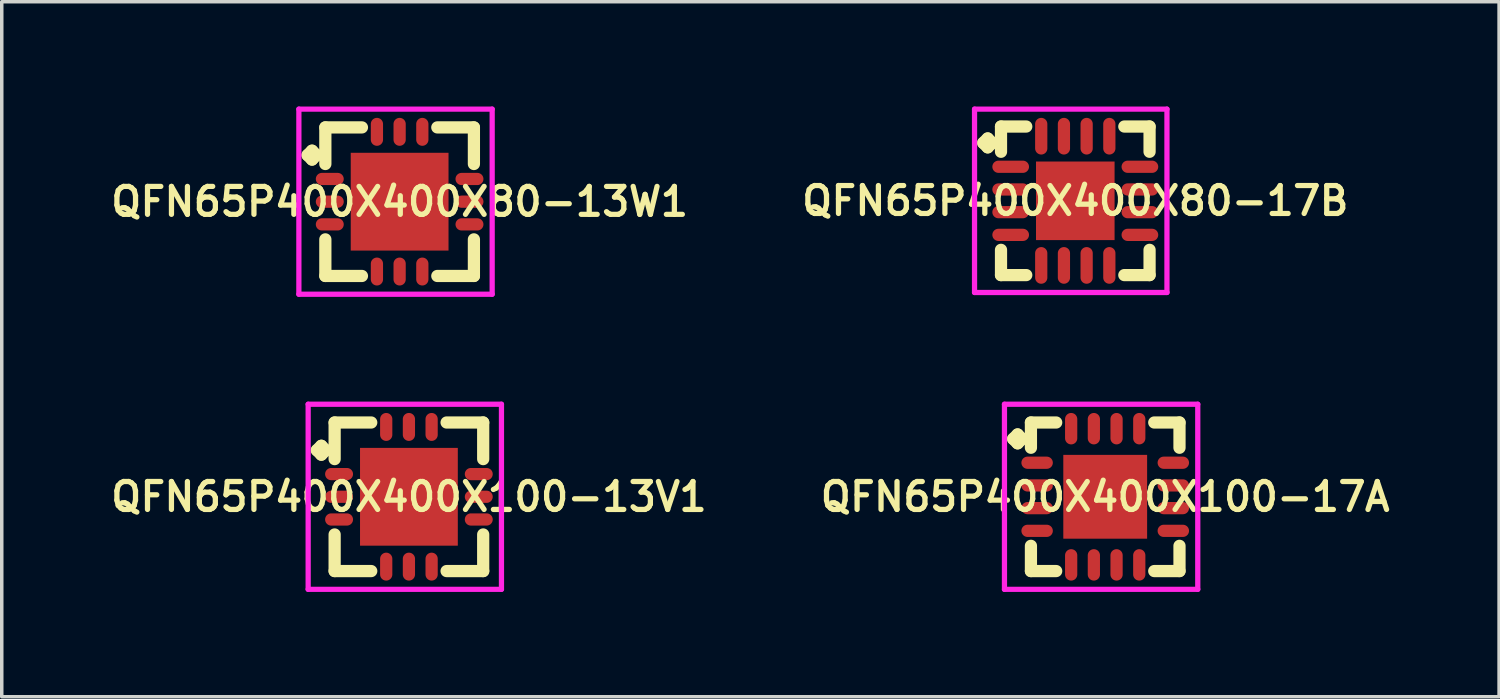
<source format=kicad_pcb>
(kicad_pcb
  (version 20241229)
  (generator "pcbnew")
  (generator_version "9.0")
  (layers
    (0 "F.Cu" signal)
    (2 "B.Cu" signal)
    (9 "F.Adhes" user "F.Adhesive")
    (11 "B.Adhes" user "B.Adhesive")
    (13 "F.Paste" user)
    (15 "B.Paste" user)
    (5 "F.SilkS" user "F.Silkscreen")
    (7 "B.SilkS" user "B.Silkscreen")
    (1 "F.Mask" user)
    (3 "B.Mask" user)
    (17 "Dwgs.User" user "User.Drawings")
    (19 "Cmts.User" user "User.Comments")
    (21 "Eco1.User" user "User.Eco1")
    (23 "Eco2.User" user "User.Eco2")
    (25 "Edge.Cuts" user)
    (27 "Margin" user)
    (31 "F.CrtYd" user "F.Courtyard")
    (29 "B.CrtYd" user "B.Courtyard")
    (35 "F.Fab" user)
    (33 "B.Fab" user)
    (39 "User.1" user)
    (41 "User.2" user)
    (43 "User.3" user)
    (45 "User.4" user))
  (footprint "QFN65P400X400X100-17A"
    (layer "F.Cu")
    (at 28.597 11.175)
    (property "Reference" "QFN65P400X400X100-17A" (at 0 0 0) (layer "F.SilkS") (effects (font (size 0.8 0.8) (thickness 0.15))))
    (attr smd)
    (fp_line (start -2.635 -1.658) (end -2.508 -1.785) (stroke (width 0.35) (type solid)) (layer "F.SilkS"))
    (fp_line (start -2.508 -1.785) (end -2.381 -1.658) (stroke (width 0.35) (type solid)) (layer "F.SilkS"))
    (fp_line (start -2.508 -1.531) (end -2.635 -1.658) (stroke (width 0.35) (type solid)) (layer "F.SilkS"))
    (fp_line (start -2.381 -1.658) (end -2.508 -1.531) (stroke (width 0.35) (type solid)) (layer "F.SilkS"))
    (fp_line (start -2.127 -2.127) (end -1.404 -2.127) (stroke (width 0.35) (type solid)) (layer "F.SilkS"))
    (fp_line (start -2.127 -1.404) (end -2.127 -2.127) (stroke (width 0.35) (type solid)) (layer "F.SilkS"))
    (fp_line (start -2.127 1.404) (end -2.127 2.127) (stroke (width 0.35) (type solid)) (layer "F.SilkS"))
    (fp_line (start -2.127 2.127) (end -1.404 2.127) (stroke (width 0.35) (type solid)) (layer "F.SilkS"))
    (fp_line (start 1.404 -2.127) (end 2.127 -2.127) (stroke (width 0.35) (type solid)) (layer "F.SilkS"))
    (fp_line (start 1.404 2.127) (end 2.127 2.127) (stroke (width 0.35) (type solid)) (layer "F.SilkS"))
    (fp_line (start 2.127 -2.127) (end 2.127 -1.404) (stroke (width 0.35) (type solid)) (layer "F.SilkS"))
    (fp_line (start 2.127 2.127) (end 2.127 1.404) (stroke (width 0.35) (type solid)) (layer "F.SilkS"))
    (fp_line (start -2.885 -2.65) (end 2.65 -2.65) (stroke (width 0.15) (type solid)) (layer "F.CrtYd"))
    (fp_line (start -2.885 2.65) (end -2.885 -2.65) (stroke (width 0.15) (type solid)) (layer "F.CrtYd"))
    (fp_line (start 2.65 -2.65) (end 2.65 2.65) (stroke (width 0.15) (type solid)) (layer "F.CrtYd"))
    (fp_line (start 2.65 2.65) (end -2.885 2.65) (stroke (width 0.15) (type solid)) (layer "F.CrtYd"))
    (pad "1" smd oval (at -1.95 -0.975) (size 0.9 0.35) (layers "F.Cu" "F.Mask" "F.Paste"))
    (pad "2" smd oval (at -1.95 -0.325) (size 0.9 0.35) (layers "F.Cu" "F.Mask" "F.Paste"))
    (pad "3" smd oval (at -1.95 0.325) (size 0.9 0.35) (layers "F.Cu" "F.Mask" "F.Paste"))
    (pad "4" smd oval (at -1.95 0.975) (size 0.9 0.35) (layers "F.Cu" "F.Mask" "F.Paste"))
    (pad "5" smd oval (at -0.975 1.95) (size 0.35 0.9) (layers "F.Cu" "F.Mask" "F.Paste"))
    (pad "6" smd oval (at -0.325 1.95) (size 0.35 0.9) (layers "F.Cu" "F.Mask" "F.Paste"))
    (pad "7" smd oval (at 0.325 1.95) (size 0.35 0.9) (layers "F.Cu" "F.Mask" "F.Paste"))
    (pad "8" smd oval (at 0.975 1.95) (size 0.35 0.9) (layers "F.Cu" "F.Mask" "F.Paste"))
    (pad "9" smd oval (at 1.95 0.975) (size 0.9 0.35) (layers "F.Cu" "F.Mask" "F.Paste"))
    (pad "10" smd oval (at 1.95 0.325) (size 0.9 0.35) (layers "F.Cu" "F.Mask" "F.Paste"))
    (pad "11" smd oval (at 1.95 -0.325) (size 0.9 0.35) (layers "F.Cu" "F.Mask" "F.Paste"))
    (pad "12" smd oval (at 1.95 -0.975) (size 0.9 0.35) (layers "F.Cu" "F.Mask" "F.Paste"))
    (pad "13" smd oval (at 0.975 -1.95) (size 0.35 0.9) (layers "F.Cu" "F.Mask" "F.Paste"))
    (pad "14" smd oval (at 0.325 -1.95) (size 0.35 0.9) (layers "F.Cu" "F.Mask" "F.Paste"))
    (pad "15" smd oval (at -0.325 -1.95) (size 0.35 0.9) (layers "F.Cu" "F.Mask" "F.Paste"))
    (pad "16" smd oval (at -0.975 -1.95) (size 0.35 0.9) (layers "F.Cu" "F.Mask" "F.Paste"))
    (pad "17" smd rect (at 0 0) (size 2.4 2.4) (layers "F.Cu" "F.Mask" "F.Paste")))
  (footprint "QFN65P400X400X80-13W1"
    (layer "F.Cu")
    (at 8.393 2.725)
    (property "Reference" "QFN65P400X400X80-13W1" (at 0 0 0) (layer "F.SilkS") (effects (font (size 0.8 0.8) (thickness 0.15))))
    (attr smd)
    (fp_line (start -2.635 -1.333) (end -2.508 -1.46) (stroke (width 0.35) (type solid)) (layer "F.SilkS"))
    (fp_line (start -2.508 -1.46) (end -2.381 -1.333) (stroke (width 0.35) (type solid)) (layer "F.SilkS"))
    (fp_line (start -2.508 -1.206) (end -2.635 -1.333) (stroke (width 0.35) (type solid)) (layer "F.SilkS"))
    (fp_line (start -2.381 -1.333) (end -2.508 -1.206) (stroke (width 0.35) (type solid)) (layer "F.SilkS"))
    (fp_line (start -2.127 -2.127) (end -1.079 -2.127) (stroke (width 0.35) (type solid)) (layer "F.SilkS"))
    (fp_line (start -2.127 -1.079) (end -2.127 -2.127) (stroke (width 0.35) (type solid)) (layer "F.SilkS"))
    (fp_line (start -2.127 1.079) (end -2.127 2.127) (stroke (width 0.35) (type solid)) (layer "F.SilkS"))
    (fp_line (start -2.127 2.127) (end -1.079 2.127) (stroke (width 0.35) (type solid)) (layer "F.SilkS"))
    (fp_line (start 1.079 -2.127) (end 2.127 -2.127) (stroke (width 0.35) (type solid)) (layer "F.SilkS"))
    (fp_line (start 1.079 2.127) (end 2.127 2.127) (stroke (width 0.35) (type solid)) (layer "F.SilkS"))
    (fp_line (start 2.127 -2.127) (end 2.127 -1.079) (stroke (width 0.35) (type solid)) (layer "F.SilkS"))
    (fp_line (start 2.127 2.127) (end 2.127 1.079) (stroke (width 0.35) (type solid)) (layer "F.SilkS"))
    (fp_line (start -2.885 -2.65) (end 2.65 -2.65) (stroke (width 0.15) (type solid)) (layer "F.CrtYd"))
    (fp_line (start -2.885 2.65) (end -2.885 -2.65) (stroke (width 0.15) (type solid)) (layer "F.CrtYd"))
    (fp_line (start 2.65 -2.65) (end 2.65 2.65) (stroke (width 0.15) (type solid)) (layer "F.CrtYd"))
    (fp_line (start 2.65 2.65) (end -2.885 2.65) (stroke (width 0.15) (type solid)) (layer "F.CrtYd"))
    (pad "1" smd oval (at -2 -0.65) (size 0.8 0.35) (layers "F.Cu" "F.Mask" "F.Paste"))
    (pad "2" smd oval (at -2 0) (size 0.8 0.35) (layers "F.Cu" "F.Mask" "F.Paste"))
    (pad "3" smd oval (at -2 0.65) (size 0.8 0.35) (layers "F.Cu" "F.Mask" "F.Paste"))
    (pad "4" smd oval (at -0.65 2) (size 0.35 0.8) (layers "F.Cu" "F.Mask" "F.Paste"))
    (pad "5" smd oval (at 0 2) (size 0.35 0.8) (layers "F.Cu" "F.Mask" "F.Paste"))
    (pad "6" smd oval (at 0.65 2) (size 0.35 0.8) (layers "F.Cu" "F.Mask" "F.Paste"))
    (pad "7" smd oval (at 2 0.65) (size 0.8 0.35) (layers "F.Cu" "F.Mask" "F.Paste"))
    (pad "8" smd oval (at 2 0) (size 0.8 0.35) (layers "F.Cu" "F.Mask" "F.Paste"))
    (pad "9" smd oval (at 2 -0.65) (size 0.8 0.35) (layers "F.Cu" "F.Mask" "F.Paste"))
    (pad "10" smd oval (at 0.65 -2) (size 0.35 0.8) (layers "F.Cu" "F.Mask" "F.Paste"))
    (pad "11" smd oval (at 0 -2) (size 0.35 0.8) (layers "F.Cu" "F.Mask" "F.Paste"))
    (pad "12" smd oval (at -0.65 -2) (size 0.35 0.8) (layers "F.Cu" "F.Mask" "F.Paste"))
    (pad "13" smd rect (at 0 0) (size 2.8 2.8) (layers "F.Cu" "F.Mask" "F.Paste")))
  (footprint "QFN65P400X400X100-13V1"
    (layer "F.Cu")
    (at 8.659 11.175)
    (property "Reference" "QFN65P400X400X100-13V1" (at 0 0 0) (layer "F.SilkS") (effects (font (size 0.8 0.8) (thickness 0.15))))
    (attr through_hole)
    (fp_line (start -2.635 -1.333) (end -2.508 -1.46) (stroke (width 0.35) (type solid)) (layer "F.SilkS"))
    (fp_line (start -2.508 -1.46) (end -2.381 -1.333) (stroke (width 0.35) (type solid)) (layer "F.SilkS"))
    (fp_line (start -2.508 -1.206) (end -2.635 -1.333) (stroke (width 0.35) (type solid)) (layer "F.SilkS"))
    (fp_line (start -2.381 -1.333) (end -2.508 -1.206) (stroke (width 0.35) (type solid)) (layer "F.SilkS"))
    (fp_line (start -2.127 -2.127) (end -1.079 -2.127) (stroke (width 0.35) (type solid)) (layer "F.SilkS"))
    (fp_line (start -2.127 -1.079) (end -2.127 -2.127) (stroke (width 0.35) (type solid)) (layer "F.SilkS"))
    (fp_line (start -2.127 1.079) (end -2.127 2.127) (stroke (width 0.35) (type solid)) (layer "F.SilkS"))
    (fp_line (start -2.127 2.127) (end -1.079 2.127) (stroke (width 0.35) (type solid)) (layer "F.SilkS"))
    (fp_line (start 1.079 -2.127) (end 2.127 -2.127) (stroke (width 0.35) (type solid)) (layer "F.SilkS"))
    (fp_line (start 1.079 2.127) (end 2.127 2.127) (stroke (width 0.35) (type solid)) (layer "F.SilkS"))
    (fp_line (start 2.127 -2.127) (end 2.127 -1.079) (stroke (width 0.35) (type solid)) (layer "F.SilkS"))
    (fp_line (start 2.127 2.127) (end 2.127 1.079) (stroke (width 0.35) (type solid)) (layer "F.SilkS"))
    (fp_line (start -2.885 -2.65) (end 2.65 -2.65) (stroke (width 0.15) (type solid)) (layer "F.CrtYd"))
    (fp_line (start -2.885 2.65) (end -2.885 -2.65) (stroke (width 0.15) (type solid)) (layer "F.CrtYd"))
    (fp_line (start 2.65 -2.65) (end 2.65 2.65) (stroke (width 0.15) (type solid)) (layer "F.CrtYd"))
    (fp_line (start 2.65 2.65) (end -2.885 2.65) (stroke (width 0.15) (type solid)) (layer "F.CrtYd"))
    (pad "1" smd oval (at -2 -0.65) (size 0.8 0.35) (layers "F.Cu" "F.Mask" "F.Paste"))
    (pad "2" smd oval (at -2 0) (size 0.8 0.35) (layers "F.Cu" "F.Mask" "F.Paste"))
    (pad "3" smd oval (at -2 0.65) (size 0.8 0.35) (layers "F.Cu" "F.Mask" "F.Paste"))
    (pad "4" smd oval (at -0.65 2) (size 0.35 0.8) (layers "F.Cu" "F.Mask" "F.Paste"))
    (pad "5" smd oval (at 0 2) (size 0.35 0.8) (layers "F.Cu" "F.Mask" "F.Paste"))
    (pad "6" smd oval (at 0.65 2) (size 0.35 0.8) (layers "F.Cu" "F.Mask" "F.Paste"))
    (pad "7" smd oval (at 2 0.65) (size 0.8 0.35) (layers "F.Cu" "F.Mask" "F.Paste"))
    (pad "8" smd oval (at 2 0) (size 0.8 0.35) (layers "F.Cu" "F.Mask" "F.Paste"))
    (pad "9" smd oval (at 2 -0.65) (size 0.8 0.35) (layers "F.Cu" "F.Mask" "F.Paste"))
    (pad "10" smd oval (at 0.65 -2) (size 0.35 0.8) (layers "F.Cu" "F.Mask" "F.Paste"))
    (pad "11" smd oval (at 0 -2) (size 0.35 0.8) (layers "F.Cu" "F.Mask" "F.Paste"))
    (pad "12" smd oval (at -0.65 -2) (size 0.35 0.8) (layers "F.Cu" "F.Mask" "F.Paste"))
    (pad "13" smd rect (at 0 0) (size 2.8 2.8) (layers "F.Cu" "F.Mask" "F.Paste")))
  (footprint "QFN65P400X400X80-17B"
    (layer "F.Cu")
    (at 27.74 2.7)
    (property "Reference" "QFN65P400X400X80-17B" (at 0 0 0) (layer "F.SilkS") (effects (font (size 0.8 0.8) (thickness 0.15))))
    (attr through_hole)
    (fp_line (start -2.635 -1.658) (end -2.508 -1.785) (stroke (width 0.35) (type solid)) (layer "F.SilkS"))
    (fp_line (start -2.508 -1.785) (end -2.381 -1.658) (stroke (width 0.35) (type solid)) (layer "F.SilkS"))
    (fp_line (start -2.508 -1.531) (end -2.635 -1.658) (stroke (width 0.35) (type solid)) (layer "F.SilkS"))
    (fp_line (start -2.381 -1.658) (end -2.508 -1.531) (stroke (width 0.35) (type solid)) (layer "F.SilkS"))
    (fp_line (start -2.127 -2.127) (end -1.404 -2.127) (stroke (width 0.35) (type solid)) (layer "F.SilkS"))
    (fp_line (start -2.127 -1.404) (end -2.127 -2.127) (stroke (width 0.35) (type solid)) (layer "F.SilkS"))
    (fp_line (start -2.127 1.404) (end -2.127 2.127) (stroke (width 0.35) (type solid)) (layer "F.SilkS"))
    (fp_line (start -2.127 2.127) (end -1.404 2.127) (stroke (width 0.35) (type solid)) (layer "F.SilkS"))
    (fp_line (start 1.404 -2.127) (end 2.127 -2.127) (stroke (width 0.35) (type solid)) (layer "F.SilkS"))
    (fp_line (start 1.404 2.127) (end 2.127 2.127) (stroke (width 0.35) (type solid)) (layer "F.SilkS"))
    (fp_line (start 2.127 -2.127) (end 2.127 -1.404) (stroke (width 0.35) (type solid)) (layer "F.SilkS"))
    (fp_line (start 2.127 2.127) (end 2.127 1.404) (stroke (width 0.35) (type solid)) (layer "F.SilkS"))
    (fp_line (start -2.885 -2.625) (end 2.625 -2.625) (stroke (width 0.15) (type solid)) (layer "F.CrtYd"))
    (fp_line (start -2.885 2.625) (end -2.885 -2.625) (stroke (width 0.15) (type solid)) (layer "F.CrtYd"))
    (fp_line (start 2.625 -2.625) (end 2.625 2.625) (stroke (width 0.15) (type solid)) (layer "F.CrtYd"))
    (fp_line (start 2.625 2.625) (end -2.885 2.625) (stroke (width 0.15) (type solid)) (layer "F.CrtYd"))
    (pad "1" smd oval (at -1.85 -0.975) (size 1.05 0.35) (layers "F.Cu" "F.Mask" "F.Paste"))
    (pad "2" smd oval (at -1.85 -0.325) (size 1.05 0.35) (layers "F.Cu" "F.Mask" "F.Paste"))
    (pad "3" smd oval (at -1.85 0.325) (size 1.05 0.35) (layers "F.Cu" "F.Mask" "F.Paste"))
    (pad "4" smd oval (at -1.85 0.975) (size 1.05 0.35) (layers "F.Cu" "F.Mask" "F.Paste"))
    (pad "5" smd oval (at -0.975 1.85) (size 0.35 1.05) (layers "F.Cu" "F.Mask" "F.Paste"))
    (pad "6" smd oval (at -0.325 1.85) (size 0.35 1.05) (layers "F.Cu" "F.Mask" "F.Paste"))
    (pad "7" smd oval (at 0.325 1.85) (size 0.35 1.05) (layers "F.Cu" "F.Mask" "F.Paste"))
    (pad "8" smd oval (at 0.975 1.85) (size 0.35 1.05) (layers "F.Cu" "F.Mask" "F.Paste"))
    (pad "9" smd oval (at 1.85 0.975) (size 1.05 0.35) (layers "F.Cu" "F.Mask" "F.Paste"))
    (pad "10" smd oval (at 1.85 0.325) (size 1.05 0.35) (layers "F.Cu" "F.Mask" "F.Paste"))
    (pad "11" smd oval (at 1.85 -0.325) (size 1.05 0.35) (layers "F.Cu" "F.Mask" "F.Paste"))
    (pad "12" smd oval (at 1.85 -0.975) (size 1.05 0.35) (layers "F.Cu" "F.Mask" "F.Paste"))
    (pad "13" smd oval (at 0.975 -1.85) (size 0.35 1.05) (layers "F.Cu" "F.Mask" "F.Paste"))
    (pad "14" smd oval (at 0.325 -1.85) (size 0.35 1.05) (layers "F.Cu" "F.Mask" "F.Paste"))
    (pad "15" smd oval (at -0.325 -1.85) (size 0.35 1.05) (layers "F.Cu" "F.Mask" "F.Paste"))
    (pad "16" smd oval (at -0.975 -1.85) (size 0.35 1.05) (layers "F.Cu" "F.Mask" "F.Paste"))
    (pad "17" smd rect (at 0 0) (size 2.25 2.25) (layers "F.Cu" "F.Mask" "F.Paste")))
  (gr_rect
    (start -3 -3)
    (end 39.875 16.9)
    (stroke (width 0.1) (type default))
    (fill no)
    (layer "Edge.Cuts")))
</source>
